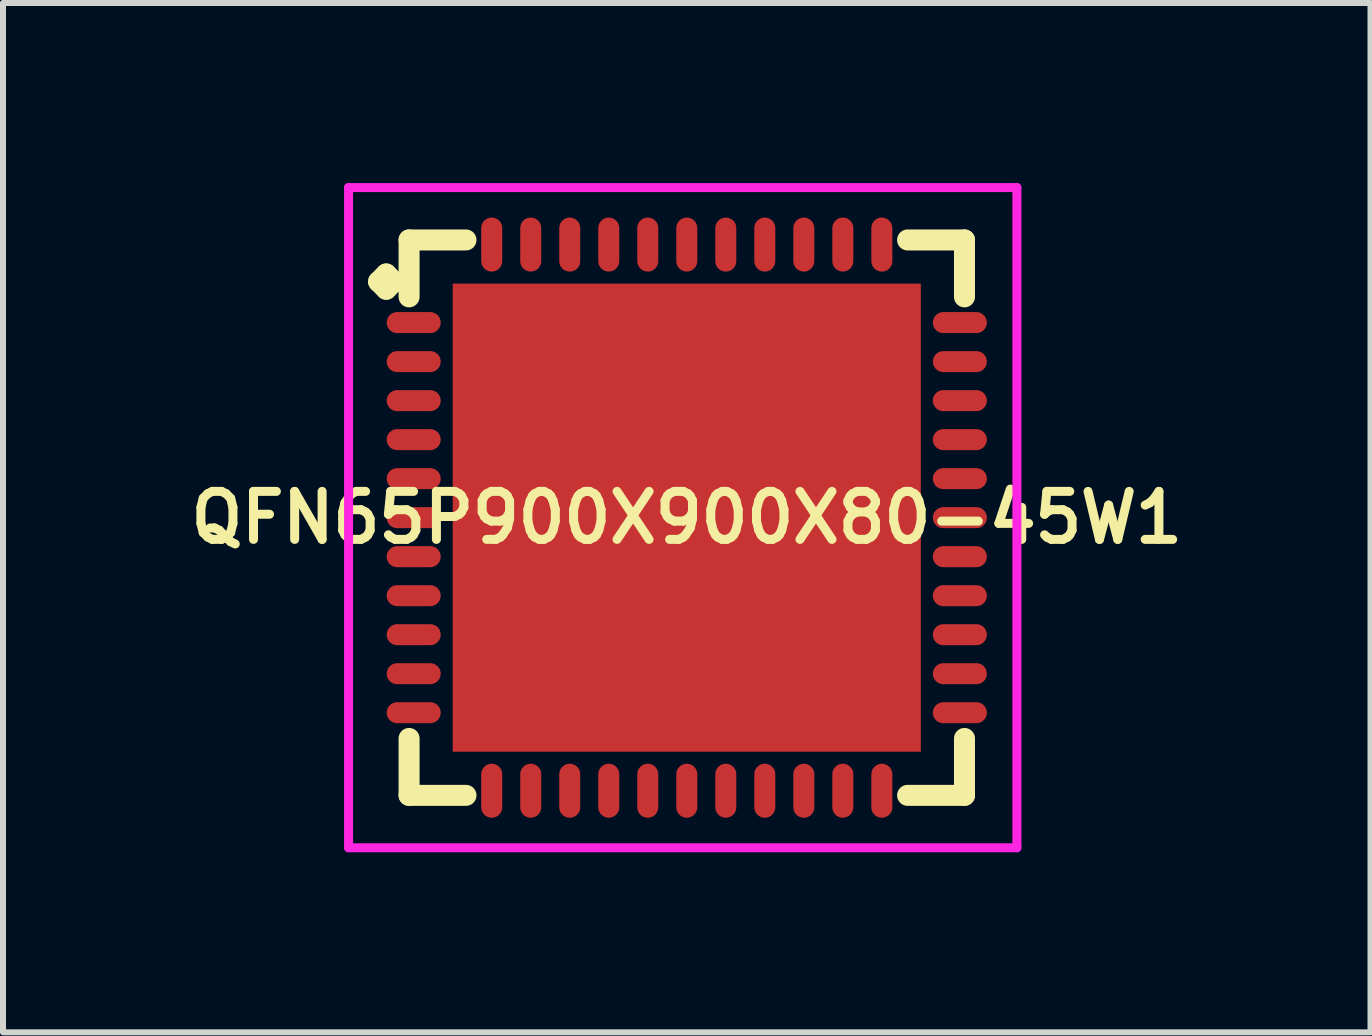
<source format=kicad_pcb>
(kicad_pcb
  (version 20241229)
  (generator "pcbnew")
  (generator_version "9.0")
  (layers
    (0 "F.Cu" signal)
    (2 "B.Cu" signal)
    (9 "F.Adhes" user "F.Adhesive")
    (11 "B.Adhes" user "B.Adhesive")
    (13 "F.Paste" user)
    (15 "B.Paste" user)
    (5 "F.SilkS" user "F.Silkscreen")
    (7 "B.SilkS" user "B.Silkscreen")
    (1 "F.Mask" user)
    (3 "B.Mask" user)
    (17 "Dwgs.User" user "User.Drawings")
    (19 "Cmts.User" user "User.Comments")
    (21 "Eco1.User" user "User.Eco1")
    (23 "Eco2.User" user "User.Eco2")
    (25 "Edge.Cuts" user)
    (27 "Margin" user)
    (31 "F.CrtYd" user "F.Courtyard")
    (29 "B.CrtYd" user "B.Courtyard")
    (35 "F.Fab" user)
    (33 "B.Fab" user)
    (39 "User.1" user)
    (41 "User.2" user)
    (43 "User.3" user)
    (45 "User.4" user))
  (footprint "QFN65P900X900X80-45W1"
    (layer "F.Cu")
    (at 8.393 5.575)
    (property "Reference" "QFN65P900X900X80-45W1" (at 0 0 0) (layer "F.SilkS") (effects (font (size 0.8 0.8) (thickness 0.15))))
    (attr smd)
    (fp_line (start -5.135 -3.933) (end -5.008 -4.06) (stroke (width 0.35) (type solid)) (layer "F.SilkS"))
    (fp_line (start -5.008 -4.06) (end -4.881 -3.933) (stroke (width 0.35) (type solid)) (layer "F.SilkS"))
    (fp_line (start -5.008 -3.806) (end -5.135 -3.933) (stroke (width 0.35) (type solid)) (layer "F.SilkS"))
    (fp_line (start -4.881 -3.933) (end -5.008 -3.806) (stroke (width 0.35) (type solid)) (layer "F.SilkS"))
    (fp_line (start -4.627 -4.627) (end -3.679 -4.627) (stroke (width 0.35) (type solid)) (layer "F.SilkS"))
    (fp_line (start -4.627 -3.679) (end -4.627 -4.627) (stroke (width 0.35) (type solid)) (layer "F.SilkS"))
    (fp_line (start -4.627 3.679) (end -4.627 4.627) (stroke (width 0.35) (type solid)) (layer "F.SilkS"))
    (fp_line (start -4.627 4.627) (end -3.679 4.627) (stroke (width 0.35) (type solid)) (layer "F.SilkS"))
    (fp_line (start 3.679 -4.627) (end 4.627 -4.627) (stroke (width 0.35) (type solid)) (layer "F.SilkS"))
    (fp_line (start 3.679 4.627) (end 4.627 4.627) (stroke (width 0.35) (type solid)) (layer "F.SilkS"))
    (fp_line (start 4.627 -4.627) (end 4.627 -3.679) (stroke (width 0.35) (type solid)) (layer "F.SilkS"))
    (fp_line (start 4.627 4.627) (end 4.627 3.679) (stroke (width 0.35) (type solid)) (layer "F.SilkS"))
    (fp_line (start -5.635 -5.5) (end 5.5 -5.5) (stroke (width 0.15) (type solid)) (layer "F.CrtYd"))
    (fp_line (start -5.635 5.5) (end -5.635 -5.5) (stroke (width 0.15) (type solid)) (layer "F.CrtYd"))
    (fp_line (start 5.5 -5.5) (end 5.5 5.5) (stroke (width 0.15) (type solid)) (layer "F.CrtYd"))
    (fp_line (start 5.5 5.5) (end -5.635 5.5) (stroke (width 0.15) (type solid)) (layer "F.CrtYd"))
    (pad "1" smd oval (at -4.55 -3.25) (size 0.9 0.35) (layers "F.Cu" "F.Mask" "F.Paste"))
    (pad "2" smd oval (at -4.55 -2.6) (size 0.9 0.35) (layers "F.Cu" "F.Mask" "F.Paste"))
    (pad "3" smd oval (at -4.55 -1.95) (size 0.9 0.35) (layers "F.Cu" "F.Mask" "F.Paste"))
    (pad "4" smd oval (at -4.55 -1.3) (size 0.9 0.35) (layers "F.Cu" "F.Mask" "F.Paste"))
    (pad "5" smd oval (at -4.55 -0.65) (size 0.9 0.35) (layers "F.Cu" "F.Mask" "F.Paste"))
    (pad "6" smd oval (at -4.55 0) (size 0.9 0.35) (layers "F.Cu" "F.Mask" "F.Paste"))
    (pad "7" smd oval (at -4.55 0.65) (size 0.9 0.35) (layers "F.Cu" "F.Mask" "F.Paste"))
    (pad "8" smd oval (at -4.55 1.3) (size 0.9 0.35) (layers "F.Cu" "F.Mask" "F.Paste"))
    (pad "9" smd oval (at -4.55 1.95) (size 0.9 0.35) (layers "F.Cu" "F.Mask" "F.Paste"))
    (pad "10" smd oval (at -4.55 2.6) (size 0.9 0.35) (layers "F.Cu" "F.Mask" "F.Paste"))
    (pad "11" smd oval (at -4.55 3.25) (size 0.9 0.35) (layers "F.Cu" "F.Mask" "F.Paste"))
    (pad "12" smd oval (at -3.25 4.55) (size 0.35 0.9) (layers "F.Cu" "F.Mask" "F.Paste"))
    (pad "13" smd oval (at -2.6 4.55) (size 0.35 0.9) (layers "F.Cu" "F.Mask" "F.Paste"))
    (pad "14" smd oval (at -1.95 4.55) (size 0.35 0.9) (layers "F.Cu" "F.Mask" "F.Paste"))
    (pad "15" smd oval (at -1.3 4.55) (size 0.35 0.9) (layers "F.Cu" "F.Mask" "F.Paste"))
    (pad "16" smd oval (at -0.65 4.55) (size 0.35 0.9) (layers "F.Cu" "F.Mask" "F.Paste"))
    (pad "17" smd oval (at 0 4.55) (size 0.35 0.9) (layers "F.Cu" "F.Mask" "F.Paste"))
    (pad "18" smd oval (at 0.65 4.55) (size 0.35 0.9) (layers "F.Cu" "F.Mask" "F.Paste"))
    (pad "19" smd oval (at 1.3 4.55) (size 0.35 0.9) (layers "F.Cu" "F.Mask" "F.Paste"))
    (pad "20" smd oval (at 1.95 4.55) (size 0.35 0.9) (layers "F.Cu" "F.Mask" "F.Paste"))
    (pad "21" smd oval (at 2.6 4.55) (size 0.35 0.9) (layers "F.Cu" "F.Mask" "F.Paste"))
    (pad "22" smd oval (at 3.25 4.55) (size 0.35 0.9) (layers "F.Cu" "F.Mask" "F.Paste"))
    (pad "23" smd oval (at 4.55 3.25) (size 0.9 0.35) (layers "F.Cu" "F.Mask" "F.Paste"))
    (pad "24" smd oval (at 4.55 2.6) (size 0.9 0.35) (layers "F.Cu" "F.Mask" "F.Paste"))
    (pad "25" smd oval (at 4.55 1.95) (size 0.9 0.35) (layers "F.Cu" "F.Mask" "F.Paste"))
    (pad "26" smd oval (at 4.55 1.3) (size 0.9 0.35) (layers "F.Cu" "F.Mask" "F.Paste"))
    (pad "27" smd oval (at 4.55 0.65) (size 0.9 0.35) (layers "F.Cu" "F.Mask" "F.Paste"))
    (pad "28" smd oval (at 4.55 0) (size 0.9 0.35) (layers "F.Cu" "F.Mask" "F.Paste"))
    (pad "29" smd oval (at 4.55 -0.65) (size 0.9 0.35) (layers "F.Cu" "F.Mask" "F.Paste"))
    (pad "30" smd oval (at 4.55 -1.3) (size 0.9 0.35) (layers "F.Cu" "F.Mask" "F.Paste"))
    (pad "31" smd oval (at 4.55 -1.95) (size 0.9 0.35) (layers "F.Cu" "F.Mask" "F.Paste"))
    (pad "32" smd oval (at 4.55 -2.6) (size 0.9 0.35) (layers "F.Cu" "F.Mask" "F.Paste"))
    (pad "33" smd oval (at 4.55 -3.25) (size 0.9 0.35) (layers "F.Cu" "F.Mask" "F.Paste"))
    (pad "34" smd oval (at 3.25 -4.55) (size 0.35 0.9) (layers "F.Cu" "F.Mask" "F.Paste"))
    (pad "35" smd oval (at 2.6 -4.55) (size 0.35 0.9) (layers "F.Cu" "F.Mask" "F.Paste"))
    (pad "36" smd oval (at 1.95 -4.55) (size 0.35 0.9) (layers "F.Cu" "F.Mask" "F.Paste"))
    (pad "37" smd oval (at 1.3 -4.55) (size 0.35 0.9) (layers "F.Cu" "F.Mask" "F.Paste"))
    (pad "38" smd oval (at 0.65 -4.55) (size 0.35 0.9) (layers "F.Cu" "F.Mask" "F.Paste"))
    (pad "39" smd oval (at 0 -4.55) (size 0.35 0.9) (layers "F.Cu" "F.Mask" "F.Paste"))
    (pad "40" smd oval (at -0.65 -4.55) (size 0.35 0.9) (layers "F.Cu" "F.Mask" "F.Paste"))
    (pad "41" smd oval (at -1.3 -4.55) (size 0.35 0.9) (layers "F.Cu" "F.Mask" "F.Paste"))
    (pad "42" smd oval (at -1.95 -4.55) (size 0.35 0.9) (layers "F.Cu" "F.Mask" "F.Paste"))
    (pad "43" smd oval (at -2.6 -4.55) (size 0.35 0.9) (layers "F.Cu" "F.Mask" "F.Paste"))
    (pad "44" smd oval (at -3.25 -4.55) (size 0.35 0.9) (layers "F.Cu" "F.Mask" "F.Paste"))
    (pad "45" smd rect (at 0 0) (size 7.8 7.8) (layers "F.Cu" "F.Mask" "F.Paste")))
  (gr_rect
    (start -3 -3)
    (end 19.785 14.15)
    (stroke (width 0.1) (type default))
    (fill no)
    (layer "Edge.Cuts")))
</source>
